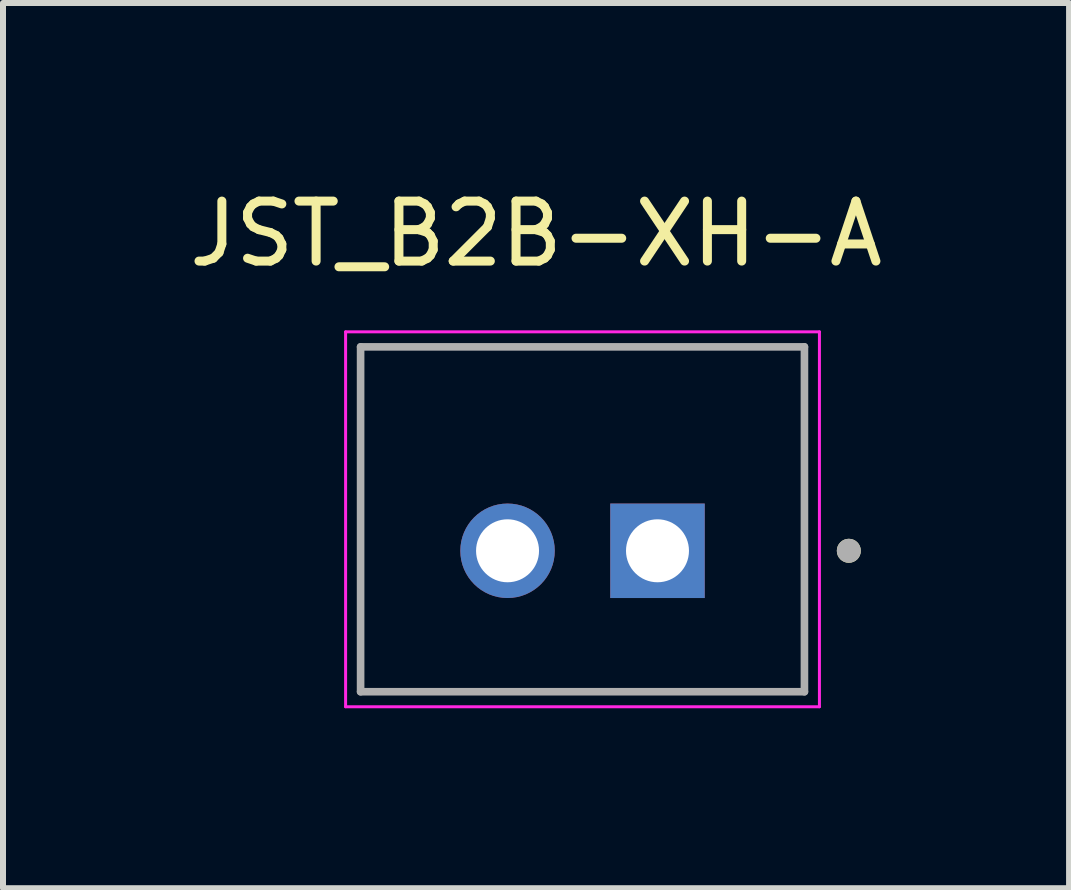
<source format=kicad_pcb>
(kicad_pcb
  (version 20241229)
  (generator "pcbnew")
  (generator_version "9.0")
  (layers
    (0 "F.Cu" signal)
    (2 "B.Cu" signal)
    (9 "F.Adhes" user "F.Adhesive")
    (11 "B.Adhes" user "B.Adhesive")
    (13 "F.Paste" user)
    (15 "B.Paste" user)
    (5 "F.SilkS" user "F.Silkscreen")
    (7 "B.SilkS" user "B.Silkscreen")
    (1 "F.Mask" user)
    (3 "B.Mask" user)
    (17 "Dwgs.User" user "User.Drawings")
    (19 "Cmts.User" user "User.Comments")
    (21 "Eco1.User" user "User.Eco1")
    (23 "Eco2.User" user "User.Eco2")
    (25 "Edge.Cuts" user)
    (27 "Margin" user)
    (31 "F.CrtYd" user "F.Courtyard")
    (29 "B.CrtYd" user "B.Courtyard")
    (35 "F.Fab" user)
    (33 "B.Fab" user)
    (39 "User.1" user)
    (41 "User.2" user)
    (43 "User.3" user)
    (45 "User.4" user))
  (footprint "JST_B2B-XH-A"
    (layer "F.Cu")
    (at 6.662 5.608)
    (property "Reference" "JST_B2B-XH-A" (at -0.775 -4.76 0) (layer "F.SilkS") (effects (font (size 1 1) (thickness 0.15))))
    (attr through_hole)
    (fp_circle (center 4.44 0.525) (end 4.54 0.525) (stroke (width 0.2) (type solid)) (fill no) (layer "F.SilkS"))
    (fp_line (start -3.95 -3.125) (end -3.95 3.125) (stroke (width 0.05) (type solid)) (layer "F.CrtYd"))
    (fp_line (start -3.95 3.125) (end 3.95 3.125) (stroke (width 0.05) (type solid)) (layer "F.CrtYd"))
    (fp_line (start 3.95 -3.125) (end -3.95 -3.125) (stroke (width 0.05) (type solid)) (layer "F.CrtYd"))
    (fp_line (start 3.95 3.125) (end 3.95 -3.125) (stroke (width 0.05) (type solid)) (layer "F.CrtYd"))
    (fp_line (start -3.7 -2.875) (end 3.7 -2.875) (stroke (width 0.127) (type solid)) (layer "F.Fab"))
    (fp_line (start -3.7 2.875) (end -3.7 -2.875) (stroke (width 0.127) (type solid)) (layer "F.Fab"))
    (fp_line (start 3.7 -2.875) (end 3.7 2.875) (stroke (width 0.127) (type solid)) (layer "F.Fab"))
    (fp_line (start 3.7 2.875) (end -3.7 2.875) (stroke (width 0.127) (type solid)) (layer "F.Fab"))
    (fp_circle (center 4.44 0.525) (end 4.54 0.525) (stroke (width 0.2) (type solid)) (fill no) (layer "F.Fab"))
    (pad "1" thru_hole rect (at 1.25 0.525) (size 1.575 1.575) (drill 1.05) (layers "*.Cu" "*.Mask"))
    (pad "2" thru_hole circle (at -1.25 0.525) (size 1.575 1.575) (drill 1.05) (layers "*.Cu" "*.Mask")))
  (gr_rect
    (start -3 -3)
    (end 14.774 11.758)
    (stroke (width 0.1) (type default))
    (fill no)
    (layer "Edge.Cuts")))
</source>
